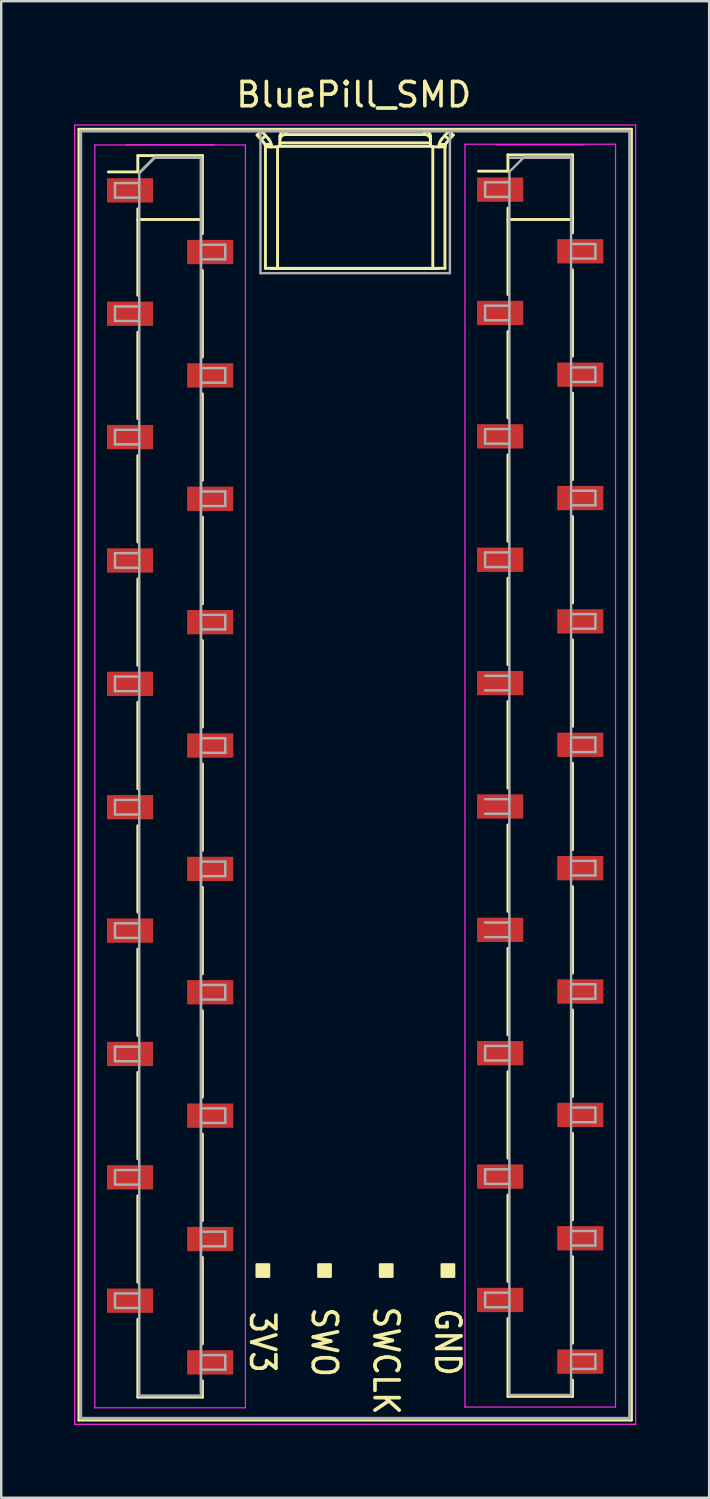
<source format=kicad_pcb>
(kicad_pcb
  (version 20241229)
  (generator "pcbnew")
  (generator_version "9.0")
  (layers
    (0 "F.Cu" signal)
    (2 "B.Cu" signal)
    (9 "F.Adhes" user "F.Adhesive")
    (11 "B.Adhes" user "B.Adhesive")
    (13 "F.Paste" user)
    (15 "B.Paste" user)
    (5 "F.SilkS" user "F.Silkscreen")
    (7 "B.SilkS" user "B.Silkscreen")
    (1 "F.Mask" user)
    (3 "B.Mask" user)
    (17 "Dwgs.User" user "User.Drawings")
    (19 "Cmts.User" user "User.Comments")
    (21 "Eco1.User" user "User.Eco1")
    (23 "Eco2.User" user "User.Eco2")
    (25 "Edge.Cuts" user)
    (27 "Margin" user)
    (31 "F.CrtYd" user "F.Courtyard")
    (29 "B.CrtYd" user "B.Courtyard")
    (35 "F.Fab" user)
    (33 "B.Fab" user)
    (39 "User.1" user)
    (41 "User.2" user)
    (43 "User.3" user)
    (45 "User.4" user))
  (footprint "BluePill_SMD"
    (layer "F.Cu")
    (at 11.515 27.518)
    (property "Reference" "BluePill_SMD" (at 0 -26.67 0) (unlocked yes) (layer "F.SilkS") (effects (font (size 1 1) (thickness 0.15))))
    (attr smd)
    (fp_line (start -11.315 -25.245) (end 11.435 -25.245) (stroke (width 0.12) (type solid)) (layer "F.SilkS"))
    (fp_line (start -11.315 27.905) (end -11.315 -25.245) (stroke (width 0.12) (type solid)) (layer "F.SilkS"))
    (fp_line (start -10.1 -23.49) (end -8.89 -23.49) (stroke (width 0.12) (type solid)) (layer "F.SilkS"))
    (fp_line (start -8.89 -24.16) (end -8.89 -23.49) (stroke (width 0.12) (type solid)) (layer "F.SilkS"))
    (fp_line (start -8.89 -24.16) (end -6.23 -24.16) (stroke (width 0.12) (type solid)) (layer "F.SilkS"))
    (fp_line (start -8.89 -21.97) (end -8.89 -18.41) (stroke (width 0.12) (type solid)) (layer "F.SilkS"))
    (fp_line (start -8.89 -21.53) (end -6.23 -21.53) (stroke (width 0.12) (type solid)) (layer "F.SilkS"))
    (fp_line (start -8.89 -16.89) (end -8.89 -13.33) (stroke (width 0.12) (type solid)) (layer "F.SilkS"))
    (fp_line (start -8.89 -11.81) (end -8.89 -8.25) (stroke (width 0.12) (type solid)) (layer "F.SilkS"))
    (fp_line (start -8.89 -6.73) (end -8.89 -3.17) (stroke (width 0.12) (type solid)) (layer "F.SilkS"))
    (fp_line (start -8.89 -1.65) (end -8.89 1.91) (stroke (width 0.12) (type solid)) (layer "F.SilkS"))
    (fp_line (start -8.89 3.43) (end -8.89 6.99) (stroke (width 0.12) (type solid)) (layer "F.SilkS"))
    (fp_line (start -8.89 8.51) (end -8.89 12.07) (stroke (width 0.12) (type solid)) (layer "F.SilkS"))
    (fp_line (start -8.89 13.59) (end -8.89 17.15) (stroke (width 0.12) (type solid)) (layer "F.SilkS"))
    (fp_line (start -8.89 18.67) (end -8.89 22.23) (stroke (width 0.12) (type solid)) (layer "F.SilkS"))
    (fp_line (start -8.89 23.75) (end -8.89 26.96) (stroke (width 0.12) (type solid)) (layer "F.SilkS"))
    (fp_line (start -8.89 26.96) (end -6.23 26.96) (stroke (width 0.12) (type solid)) (layer "F.SilkS"))
    (fp_line (start -6.23 -24.16) (end -6.23 -20.95) (stroke (width 0.12) (type solid)) (layer "F.SilkS"))
    (fp_line (start -6.23 -19.43) (end -6.23 -15.87) (stroke (width 0.12) (type solid)) (layer "F.SilkS"))
    (fp_line (start -6.23 -14.35) (end -6.23 -10.79) (stroke (width 0.12) (type solid)) (layer "F.SilkS"))
    (fp_line (start -6.23 -9.27) (end -6.23 -5.71) (stroke (width 0.12) (type solid)) (layer "F.SilkS"))
    (fp_line (start -6.23 -4.19) (end -6.23 -0.63) (stroke (width 0.12) (type solid)) (layer "F.SilkS"))
    (fp_line (start -6.23 0.89) (end -6.23 4.45) (stroke (width 0.12) (type solid)) (layer "F.SilkS"))
    (fp_line (start -6.23 5.97) (end -6.23 9.53) (stroke (width 0.12) (type solid)) (layer "F.SilkS"))
    (fp_line (start -6.23 11.05) (end -6.23 14.61) (stroke (width 0.12) (type solid)) (layer "F.SilkS"))
    (fp_line (start -6.23 16.13) (end -6.23 19.69) (stroke (width 0.12) (type solid)) (layer "F.SilkS"))
    (fp_line (start -6.23 21.21) (end -6.23 24.77) (stroke (width 0.12) (type solid)) (layer "F.SilkS"))
    (fp_line (start -6.23 26.29) (end -6.23 26.96) (stroke (width 0.12) (type solid)) (layer "F.SilkS"))
    (fp_line (start -3.977 -25.007) (end -3.699 -24.691) (stroke (width 0.12) (type solid)) (layer "F.SilkS"))
    (fp_line (start -3.812 -24.82) (end -3.627 -24.982) (stroke (width 0.12) (type solid)) (layer "F.SilkS"))
    (fp_line (start -3.793 -25.17) (end -3.977 -25.007) (stroke (width 0.12) (type solid)) (layer "F.SilkS"))
    (fp_line (start -3.636 -24.529) (end -3.631 -24.52) (stroke (width 0.12) (type solid)) (layer "F.SilkS"))
    (fp_line (start -3.636 -24.526) (end -3.636 -24.529) (stroke (width 0.12) (type solid)) (layer "F.SilkS"))
    (fp_line (start -3.636 -24.526) (end -3.636 -19.52) (stroke (width 0.12) (type solid)) (layer "F.SilkS"))
    (fp_line (start -3.631 -24.52) (end -3.63 -24.52) (stroke (width 0.12) (type solid)) (layer "F.SilkS"))
    (fp_line (start -3.63 -24.52) (end -3.14 -24.52) (stroke (width 0.12) (type solid)) (layer "F.SilkS"))
    (fp_line (start -3.515 -24.855) (end -3.793 -25.17) (stroke (width 0.12) (type solid)) (layer "F.SilkS"))
    (fp_line (start -3.399 -24.62) (end -3.655 -24.62) (stroke (width 0.12) (type solid)) (layer "F.SilkS"))
    (fp_line (start -3.39 -24.52) (end -3.39 -24.524) (stroke (width 0.12) (type solid)) (layer "F.SilkS"))
    (fp_line (start -3.14 -24.52) (end -3.136 -24.52) (stroke (width 0.12) (type solid)) (layer "F.SilkS"))
    (fp_line (start -3.136 -24.52) (end -3.136 -19.51) (stroke (width 0.12) (type solid)) (layer "F.SilkS"))
    (fp_line (start -3.04 -24.965) (end -3.04 -24.62) (stroke (width 0.12) (type solid)) (layer "F.SilkS"))
    (fp_line (start -3.04 -24.685) (end 3.16 -24.685) (stroke (width 0.12) (type solid)) (layer "F.SilkS"))
    (fp_line (start -2.79 -25.027) (end -2.79 -25.17) (stroke (width 0.12) (type solid)) (layer "F.SilkS"))
    (fp_line (start 2.91 -25.17) (end -2.79 -25.17) (stroke (width 0.12) (type solid)) (layer "F.SilkS"))
    (fp_line (start 2.91 -25.027) (end -2.79 -25.027) (stroke (width 0.12) (type solid)) (layer "F.SilkS"))
    (fp_line (start 2.91 -25.027) (end 2.91 -25.17) (stroke (width 0.12) (type solid)) (layer "F.SilkS"))
    (fp_line (start 3.16 -24.965) (end 3.16 -24.62) (stroke (width 0.12) (type solid)) (layer "F.SilkS"))
    (fp_line (start 3.198 -24.541) (end -3.078 -24.541) (stroke (width 0.12) (type solid)) (layer "F.SilkS"))
    (fp_line (start 3.256 -24.52) (end 3.256 -19.51) (stroke (width 0.12) (type solid)) (layer "F.SilkS"))
    (fp_line (start 3.26 -24.52) (end 3.256 -24.52) (stroke (width 0.12) (type solid)) (layer "F.SilkS"))
    (fp_line (start 3.51 -24.52) (end 3.51 -24.524) (stroke (width 0.12) (type solid)) (layer "F.SilkS"))
    (fp_line (start 3.51 -19.51) (end -3.39 -19.51) (stroke (width 0.12) (type solid)) (layer "F.SilkS"))
    (fp_line (start 3.519 -24.62) (end 3.775 -24.62) (stroke (width 0.12) (type solid)) (layer "F.SilkS"))
    (fp_line (start 3.635 -24.855) (end 3.913 -25.17) (stroke (width 0.12) (type solid)) (layer "F.SilkS"))
    (fp_line (start 3.75 -24.52) (end 3.26 -24.52) (stroke (width 0.12) (type solid)) (layer "F.SilkS"))
    (fp_line (start 3.751 -24.52) (end 3.75 -24.52) (stroke (width 0.12) (type solid)) (layer "F.SilkS"))
    (fp_line (start 3.756 -24.526) (end 3.756 -19.52) (stroke (width 0.12) (type solid)) (layer "F.SilkS"))
    (fp_line (start 3.756 -24.526) (end 3.756 -24.529) (stroke (width 0.12) (type solid)) (layer "F.SilkS"))
    (fp_line (start 3.756 -19.52) (end -3.636 -19.52) (stroke (width 0.12) (type solid)) (layer "F.SilkS"))
    (fp_line (start 3.756 -24.529) (end 3.751 -24.52) (stroke (width 0.12) (type solid)) (layer "F.SilkS"))
    (fp_line (start 3.913 -25.17) (end 4.097 -25.007) (stroke (width 0.12) (type solid)) (layer "F.SilkS"))
    (fp_line (start 3.932 -24.82) (end 3.747 -24.982) (stroke (width 0.12) (type solid)) (layer "F.SilkS"))
    (fp_line (start 4.097 -25.007) (end 3.819 -24.691) (stroke (width 0.12) (type solid)) (layer "F.SilkS"))
    (fp_line (start 5.14 -23.52) (end 6.35 -23.52) (stroke (width 0.12) (type solid)) (layer "F.SilkS"))
    (fp_line (start 6.35 -24.19) (end 6.35 -23.52) (stroke (width 0.12) (type solid)) (layer "F.SilkS"))
    (fp_line (start 6.35 -24.19) (end 9.01 -24.19) (stroke (width 0.12) (type solid)) (layer "F.SilkS"))
    (fp_line (start 6.35 -22) (end 6.35 -18.44) (stroke (width 0.12) (type solid)) (layer "F.SilkS"))
    (fp_line (start 6.35 -21.53) (end 8.984 -21.53) (stroke (width 0.12) (type solid)) (layer "F.SilkS"))
    (fp_line (start 6.35 -16.92) (end 6.35 -13.36) (stroke (width 0.12) (type solid)) (layer "F.SilkS"))
    (fp_line (start 6.35 -11.84) (end 6.35 -8.28) (stroke (width 0.12) (type solid)) (layer "F.SilkS"))
    (fp_line (start 6.35 -6.76) (end 6.35 -3.2) (stroke (width 0.12) (type solid)) (layer "F.SilkS"))
    (fp_line (start 6.35 -1.68) (end 6.35 1.88) (stroke (width 0.12) (type solid)) (layer "F.SilkS"))
    (fp_line (start 6.35 3.4) (end 6.35 6.96) (stroke (width 0.12) (type solid)) (layer "F.SilkS"))
    (fp_line (start 6.35 8.48) (end 6.35 12.04) (stroke (width 0.12) (type solid)) (layer "F.SilkS"))
    (fp_line (start 6.35 13.56) (end 6.35 17.12) (stroke (width 0.12) (type solid)) (layer "F.SilkS"))
    (fp_line (start 6.35 18.64) (end 6.35 22.2) (stroke (width 0.12) (type solid)) (layer "F.SilkS"))
    (fp_line (start 6.35 23.72) (end 6.35 26.93) (stroke (width 0.12) (type solid)) (layer "F.SilkS"))
    (fp_line (start 6.35 26.93) (end 9.01 26.93) (stroke (width 0.12) (type solid)) (layer "F.SilkS"))
    (fp_line (start 9.01 -24.19) (end 9.01 -20.98) (stroke (width 0.12) (type solid)) (layer "F.SilkS"))
    (fp_line (start 9.01 -19.46) (end 9.01 -15.9) (stroke (width 0.12) (type solid)) (layer "F.SilkS"))
    (fp_line (start 9.01 -14.38) (end 9.01 -10.82) (stroke (width 0.12) (type solid)) (layer "F.SilkS"))
    (fp_line (start 9.01 -9.3) (end 9.01 -5.74) (stroke (width 0.12) (type solid)) (layer "F.SilkS"))
    (fp_line (start 9.01 -4.22) (end 9.01 -0.66) (stroke (width 0.12) (type solid)) (layer "F.SilkS"))
    (fp_line (start 9.01 0.86) (end 9.01 4.42) (stroke (width 0.12) (type solid)) (layer "F.SilkS"))
    (fp_line (start 9.01 5.94) (end 9.01 9.5) (stroke (width 0.12) (type solid)) (layer "F.SilkS"))
    (fp_line (start 9.01 11.02) (end 9.01 14.58) (stroke (width 0.12) (type solid)) (layer "F.SilkS"))
    (fp_line (start 9.01 16.1) (end 9.01 19.66) (stroke (width 0.12) (type solid)) (layer "F.SilkS"))
    (fp_line (start 9.01 21.18) (end 9.01 24.74) (stroke (width 0.12) (type solid)) (layer "F.SilkS"))
    (fp_line (start 9.01 26.26) (end 9.01 26.93) (stroke (width 0.12) (type solid)) (layer "F.SilkS"))
    (fp_line (start 11.435 -25.245) (end 11.435 27.905) (stroke (width 0.12) (type solid)) (layer "F.SilkS"))
    (fp_line (start 11.435 27.905) (end -11.315 27.905) (stroke (width 0.12) (type solid)) (layer "F.SilkS"))
    (fp_arc (start -3.698834 -24.690847) (mid -3.653051 -24.615276) (end -3.636428 -24.5285) (stroke (width 0.12) (type solid)) (layer "F.SilkS"))
    (fp_arc (start -3.514858 -24.854759) (mid -3.422256 -24.700885) (end -3.390012 -24.524215) (stroke (width 0.12) (type solid)) (layer "F.SilkS"))
    (fp_arc (start -3.040001 -24.965212) (mid -2.95681 -25.118647) (end -2.79 -25.17) (stroke (width 0.12) (type solid)) (layer "F.SilkS"))
    (fp_arc (start -3.04 -24.821818) (mid -2.956806 -24.975246) (end -2.79 -25.026605) (stroke (width 0.12) (type solid)) (layer "F.SilkS"))
    (fp_arc (start -3.04 -24.619999) (mid -3.068032 -24.550569) (end -3.136411 -24.520064) (stroke (width 0.12) (type solid)) (layer "F.SilkS"))
    (fp_arc (start 2.91 -25.169999) (mid 3.07682 -25.11867) (end 3.159999 -24.965211) (stroke (width 0.12) (type solid)) (layer "F.SilkS"))
    (fp_arc (start 2.91 -25.026605) (mid 3.076822 -24.975277) (end 3.159999 -24.821817) (stroke (width 0.12) (type solid)) (layer "F.SilkS"))
    (fp_arc (start 3.25641 -24.520063) (mid 3.18803 -24.550569) (end 3.159999 -24.62) (stroke (width 0.12) (type solid)) (layer "F.SilkS"))
    (fp_arc (start 3.510011 -24.524215) (mid 3.542263 -24.700884) (end 3.634857 -24.854759) (stroke (width 0.12) (type solid)) (layer "F.SilkS"))
    (fp_arc (start 3.756427 -24.5285) (mid 3.773055 -24.615275) (end 3.818833 -24.690847) (stroke (width 0.12) (type solid)) (layer "F.SilkS"))
    (fp_poly (pts (xy -3.996 21.495) (xy -3.996 22.003) (xy -3.488 22.003) (xy -3.488 21.495)) (stroke (width 0.1) (type solid)) (fill yes) (layer "F.SilkS"))
    (fp_poly (pts (xy -1.456 21.495) (xy -1.456 22.003) (xy -0.948 22.003) (xy -0.948 21.495)) (stroke (width 0.1) (type solid)) (fill yes) (layer "F.SilkS"))
    (fp_poly (pts (xy 1.084 21.495) (xy 1.084 22.003) (xy 1.592 22.003) (xy 1.592 21.495)) (stroke (width 0.1) (type solid)) (fill yes) (layer "F.SilkS"))
    (fp_poly (pts (xy 3.624 21.495) (xy 3.624 22.003) (xy 4.132 22.003) (xy 4.132 21.495)) (stroke (width 0.1) (type solid)) (fill yes) (layer "F.SilkS"))
    (fp_line (start -11.49 -25.42) (end 11.61 -25.42) (stroke (width 0.05) (type solid)) (layer "F.CrtYd"))
    (fp_line (start -11.49 28.08) (end -11.49 -25.42) (stroke (width 0.05) (type solid)) (layer "F.CrtYd"))
    (fp_line (start -10.66 -24.6) (end -4.46 -24.6) (stroke (width 0.05) (type solid)) (layer "F.CrtYd"))
    (fp_line (start -10.66 27.4) (end -10.66 -24.6) (stroke (width 0.05) (type solid)) (layer "F.CrtYd"))
    (fp_line (start -5.76 -24.6) (end -9.36 -24.6) (stroke (width 0.05) (type solid)) (layer "F.CrtYd"))
    (fp_line (start -4.46 -24.6) (end -4.46 27.4) (stroke (width 0.05) (type solid)) (layer "F.CrtYd"))
    (fp_line (start -4.46 27.4) (end -10.66 27.4) (stroke (width 0.05) (type solid)) (layer "F.CrtYd"))
    (fp_line (start 4.58 -24.63) (end 10.78 -24.63) (stroke (width 0.05) (type solid)) (layer "F.CrtYd"))
    (fp_line (start 4.58 27.37) (end 4.58 -24.63) (stroke (width 0.05) (type solid)) (layer "F.CrtYd"))
    (fp_line (start 5.88 -24.6) (end 9.48 -24.6) (stroke (width 0.05) (type solid)) (layer "F.CrtYd"))
    (fp_line (start 10.78 -24.63) (end 10.78 27.37) (stroke (width 0.05) (type solid)) (layer "F.CrtYd"))
    (fp_line (start 10.78 27.37) (end 4.58 27.37) (stroke (width 0.05) (type solid)) (layer "F.CrtYd"))
    (fp_line (start 11.61 -25.42) (end 11.61 28.08) (stroke (width 0.05) (type solid)) (layer "F.CrtYd"))
    (fp_line (start 11.61 28.08) (end -11.49 28.08) (stroke (width 0.05) (type solid)) (layer "F.CrtYd"))
    (fp_line (start -11.24 -25.17) (end 11.36 -25.17) (stroke (width 0.12) (type solid)) (layer "F.Fab"))
    (fp_line (start -11.24 27.83) (end -11.24 -25.12) (stroke (width 0.12) (type solid)) (layer "F.Fab"))
    (fp_line (start -11.24 27.83) (end 11.36 27.83) (stroke (width 0.12) (type solid)) (layer "F.Fab"))
    (fp_line (start -9.83 -23.03) (end -8.83 -23.03) (stroke (width 0.1) (type solid)) (layer "F.Fab"))
    (fp_line (start -9.83 -22.43) (end -9.83 -23.03) (stroke (width 0.1) (type solid)) (layer "F.Fab"))
    (fp_line (start -9.83 -17.95) (end -8.83 -17.95) (stroke (width 0.1) (type solid)) (layer "F.Fab"))
    (fp_line (start -9.83 -17.35) (end -9.83 -17.95) (stroke (width 0.1) (type solid)) (layer "F.Fab"))
    (fp_line (start -9.83 -12.87) (end -8.83 -12.87) (stroke (width 0.1) (type solid)) (layer "F.Fab"))
    (fp_line (start -9.83 -12.27) (end -9.83 -12.87) (stroke (width 0.1) (type solid)) (layer "F.Fab"))
    (fp_line (start -9.83 -7.79) (end -8.83 -7.79) (stroke (width 0.1) (type solid)) (layer "F.Fab"))
    (fp_line (start -9.83 -7.19) (end -9.83 -7.79) (stroke (width 0.1) (type solid)) (layer "F.Fab"))
    (fp_line (start -9.83 -2.71) (end -8.83 -2.71) (stroke (width 0.1) (type solid)) (layer "F.Fab"))
    (fp_line (start -9.83 -2.11) (end -9.83 -2.71) (stroke (width 0.1) (type solid)) (layer "F.Fab"))
    (fp_line (start -9.83 2.37) (end -8.83 2.37) (stroke (width 0.1) (type solid)) (layer "F.Fab"))
    (fp_line (start -9.83 2.97) (end -9.83 2.37) (stroke (width 0.1) (type solid)) (layer "F.Fab"))
    (fp_line (start -9.83 7.45) (end -8.83 7.45) (stroke (width 0.1) (type solid)) (layer "F.Fab"))
    (fp_line (start -9.83 8.05) (end -9.83 7.45) (stroke (width 0.1) (type solid)) (layer "F.Fab"))
    (fp_line (start -9.83 12.53) (end -8.83 12.53) (stroke (width 0.1) (type solid)) (layer "F.Fab"))
    (fp_line (start -9.83 13.13) (end -9.83 12.53) (stroke (width 0.1) (type solid)) (layer "F.Fab"))
    (fp_line (start -9.83 17.61) (end -8.83 17.61) (stroke (width 0.1) (type solid)) (layer "F.Fab"))
    (fp_line (start -9.83 18.21) (end -9.83 17.61) (stroke (width 0.1) (type solid)) (layer "F.Fab"))
    (fp_line (start -9.83 22.69) (end -8.83 22.69) (stroke (width 0.1) (type solid)) (layer "F.Fab"))
    (fp_line (start -9.83 23.29) (end -9.83 22.69) (stroke (width 0.1) (type solid)) (layer "F.Fab"))
    (fp_line (start -8.83 -23.465) (end -8.195 -24.1) (stroke (width 0.1) (type solid)) (layer "F.Fab"))
    (fp_line (start -8.83 -23.435) (end -8.195 -24.07) (stroke (width 0.1) (type solid)) (layer "F.Fab"))
    (fp_line (start -8.83 -22.43) (end -9.83 -22.43) (stroke (width 0.1) (type solid)) (layer "F.Fab"))
    (fp_line (start -8.83 -17.35) (end -9.83 -17.35) (stroke (width 0.1) (type solid)) (layer "F.Fab"))
    (fp_line (start -8.83 -12.27) (end -9.83 -12.27) (stroke (width 0.1) (type solid)) (layer "F.Fab"))
    (fp_line (start -8.83 -7.19) (end -9.83 -7.19) (stroke (width 0.1) (type solid)) (layer "F.Fab"))
    (fp_line (start -8.83 -2.11) (end -9.83 -2.11) (stroke (width 0.1) (type solid)) (layer "F.Fab"))
    (fp_line (start -8.83 2.97) (end -9.83 2.97) (stroke (width 0.1) (type solid)) (layer "F.Fab"))
    (fp_line (start -8.83 8.05) (end -9.83 8.05) (stroke (width 0.1) (type solid)) (layer "F.Fab"))
    (fp_line (start -8.83 13.13) (end -9.83 13.13) (stroke (width 0.1) (type solid)) (layer "F.Fab"))
    (fp_line (start -8.83 18.21) (end -9.83 18.21) (stroke (width 0.1) (type solid)) (layer "F.Fab"))
    (fp_line (start -8.83 23.29) (end -9.83 23.29) (stroke (width 0.1) (type solid)) (layer "F.Fab"))
    (fp_line (start -8.83 26.9) (end -8.83 -23.465) (stroke (width 0.1) (type solid)) (layer "F.Fab"))
    (fp_line (start -8.195 -24.1) (end -6.29 -24.1) (stroke (width 0.1) (type solid)) (layer "F.Fab"))
    (fp_line (start -8.195 -24.07) (end -6.29 -24.07) (stroke (width 0.1) (type solid)) (layer "F.Fab"))
    (fp_line (start -6.29 -24.1) (end -6.29 26.9) (stroke (width 0.1) (type solid)) (layer "F.Fab"))
    (fp_line (start -6.29 -24.07) (end -6.29 26.73) (stroke (width 0.1) (type solid)) (layer "F.Fab"))
    (fp_line (start -6.29 -20.49) (end -5.29 -20.49) (stroke (width 0.1) (type solid)) (layer "F.Fab"))
    (fp_line (start -6.29 -15.41) (end -5.29 -15.41) (stroke (width 0.1) (type solid)) (layer "F.Fab"))
    (fp_line (start -6.29 -10.33) (end -5.29 -10.33) (stroke (width 0.1) (type solid)) (layer "F.Fab"))
    (fp_line (start -6.29 -5.25) (end -5.29 -5.25) (stroke (width 0.1) (type solid)) (layer "F.Fab"))
    (fp_line (start -6.29 -0.17) (end -5.29 -0.17) (stroke (width 0.1) (type solid)) (layer "F.Fab"))
    (fp_line (start -6.29 4.91) (end -5.29 4.91) (stroke (width 0.1) (type solid)) (layer "F.Fab"))
    (fp_line (start -6.29 9.99) (end -5.29 9.99) (stroke (width 0.1) (type solid)) (layer "F.Fab"))
    (fp_line (start -6.29 15.07) (end -5.29 15.07) (stroke (width 0.1) (type solid)) (layer "F.Fab"))
    (fp_line (start -6.29 20.15) (end -5.29 20.15) (stroke (width 0.1) (type solid)) (layer "F.Fab"))
    (fp_line (start -6.29 25.23) (end -5.29 25.23) (stroke (width 0.1) (type solid)) (layer "F.Fab"))
    (fp_line (start -6.29 26.9) (end -8.83 26.9) (stroke (width 0.1) (type solid)) (layer "F.Fab"))
    (fp_line (start -5.29 -20.49) (end -5.29 -19.89) (stroke (width 0.1) (type solid)) (layer "F.Fab"))
    (fp_line (start -5.29 -19.89) (end -6.29 -19.89) (stroke (width 0.1) (type solid)) (layer "F.Fab"))
    (fp_line (start -5.29 -15.41) (end -5.29 -14.81) (stroke (width 0.1) (type solid)) (layer "F.Fab"))
    (fp_line (start -5.29 -14.81) (end -6.29 -14.81) (stroke (width 0.1) (type solid)) (layer "F.Fab"))
    (fp_line (start -5.29 -10.33) (end -5.29 -9.73) (stroke (width 0.1) (type solid)) (layer "F.Fab"))
    (fp_line (start -5.29 -9.73) (end -6.29 -9.73) (stroke (width 0.1) (type solid)) (layer "F.Fab"))
    (fp_line (start -5.29 -5.25) (end -5.29 -4.65) (stroke (width 0.1) (type solid)) (layer "F.Fab"))
    (fp_line (start -5.29 -4.65) (end -6.29 -4.65) (stroke (width 0.1) (type solid)) (layer "F.Fab"))
    (fp_line (start -5.29 -0.17) (end -5.29 0.43) (stroke (width 0.1) (type solid)) (layer "F.Fab"))
    (fp_line (start -5.29 0.43) (end -6.29 0.43) (stroke (width 0.1) (type solid)) (layer "F.Fab"))
    (fp_line (start -5.29 4.91) (end -5.29 5.51) (stroke (width 0.1) (type solid)) (layer "F.Fab"))
    (fp_line (start -5.29 5.51) (end -6.29 5.51) (stroke (width 0.1) (type solid)) (layer "F.Fab"))
    (fp_line (start -5.29 9.99) (end -5.29 10.59) (stroke (width 0.1) (type solid)) (layer "F.Fab"))
    (fp_line (start -5.29 10.59) (end -6.29 10.59) (stroke (width 0.1) (type solid)) (layer "F.Fab"))
    (fp_line (start -5.29 15.07) (end -5.29 15.67) (stroke (width 0.1) (type solid)) (layer "F.Fab"))
    (fp_line (start -5.29 15.67) (end -6.29 15.67) (stroke (width 0.1) (type solid)) (layer "F.Fab"))
    (fp_line (start -5.29 20.15) (end -5.29 20.75) (stroke (width 0.1) (type solid)) (layer "F.Fab"))
    (fp_line (start -5.29 20.75) (end -6.29 20.75) (stroke (width 0.1) (type solid)) (layer "F.Fab"))
    (fp_line (start -5.29 25.23) (end -5.29 25.83) (stroke (width 0.1) (type solid)) (layer "F.Fab"))
    (fp_line (start -5.29 25.83) (end -6.29 25.83) (stroke (width 0.1) (type solid)) (layer "F.Fab"))
    (fp_line (start -3.84 -19.32) (end -3.84 -25.12) (stroke (width 0.1) (type solid)) (layer "F.Fab"))
    (fp_line (start -3.84 -19.32) (end 3.96 -19.32) (stroke (width 0.1) (type solid)) (layer "F.Fab"))
    (fp_line (start 3.96 -19.32) (end 3.96 -25.12) (stroke (width 0.1) (type solid)) (layer "F.Fab"))
    (fp_line (start 5.41 -23.06) (end 6.41 -23.06) (stroke (width 0.1) (type solid)) (layer "F.Fab"))
    (fp_line (start 5.41 -22.46) (end 5.41 -23.06) (stroke (width 0.1) (type solid)) (layer "F.Fab"))
    (fp_line (start 5.41 -17.98) (end 6.41 -17.98) (stroke (width 0.1) (type solid)) (layer "F.Fab"))
    (fp_line (start 5.41 -17.38) (end 5.41 -17.98) (stroke (width 0.1) (type solid)) (layer "F.Fab"))
    (fp_line (start 5.41 -12.9) (end 6.41 -12.9) (stroke (width 0.1) (type solid)) (layer "F.Fab"))
    (fp_line (start 5.41 -12.3) (end 5.41 -12.9) (stroke (width 0.1) (type solid)) (layer "F.Fab"))
    (fp_line (start 5.41 -7.82) (end 6.41 -7.82) (stroke (width 0.1) (type solid)) (layer "F.Fab"))
    (fp_line (start 5.41 -7.22) (end 5.41 -7.82) (stroke (width 0.1) (type solid)) (layer "F.Fab"))
    (fp_line (start 5.41 -2.74) (end 6.41 -2.74) (stroke (width 0.1) (type solid)) (layer "F.Fab"))
    (fp_line (start 5.41 2.34) (end 6.41 2.34) (stroke (width 0.1) (type solid)) (layer "F.Fab"))
    (fp_line (start 5.41 7.42) (end 6.41 7.42) (stroke (width 0.1) (type solid)) (layer "F.Fab"))
    (fp_line (start 5.41 12.5) (end 6.41 12.5) (stroke (width 0.1) (type solid)) (layer "F.Fab"))
    (fp_line (start 5.41 13.1) (end 5.41 12.5) (stroke (width 0.1) (type solid)) (layer "F.Fab"))
    (fp_line (start 5.41 17.58) (end 6.41 17.58) (stroke (width 0.1) (type solid)) (layer "F.Fab"))
    (fp_line (start 5.41 18.18) (end 5.41 17.58) (stroke (width 0.1) (type solid)) (layer "F.Fab"))
    (fp_line (start 5.41 22.66) (end 6.41 22.66) (stroke (width 0.1) (type solid)) (layer "F.Fab"))
    (fp_line (start 5.41 23.26) (end 5.41 22.66) (stroke (width 0.1) (type solid)) (layer "F.Fab"))
    (fp_line (start 6.41 -24.07) (end 8.95 -24.07) (stroke (width 0.1) (type solid)) (layer "F.Fab"))
    (fp_line (start 6.41 -23.495) (end 7.045 -24.13) (stroke (width 0.1) (type solid)) (layer "F.Fab"))
    (fp_line (start 6.41 -22.46) (end 5.41 -22.46) (stroke (width 0.1) (type solid)) (layer "F.Fab"))
    (fp_line (start 6.41 -17.38) (end 5.41 -17.38) (stroke (width 0.1) (type solid)) (layer "F.Fab"))
    (fp_line (start 6.41 -12.3) (end 5.41 -12.3) (stroke (width 0.1) (type solid)) (layer "F.Fab"))
    (fp_line (start 6.41 -7.22) (end 5.41 -7.22) (stroke (width 0.1) (type solid)) (layer "F.Fab"))
    (fp_line (start 6.41 -2.14) (end 5.41 -2.14) (stroke (width 0.1) (type solid)) (layer "F.Fab"))
    (fp_line (start 6.41 2.94) (end 5.41 2.94) (stroke (width 0.1) (type solid)) (layer "F.Fab"))
    (fp_line (start 6.41 8.02) (end 5.41 8.02) (stroke (width 0.1) (type solid)) (layer "F.Fab"))
    (fp_line (start 6.41 13.1) (end 5.41 13.1) (stroke (width 0.1) (type solid)) (layer "F.Fab"))
    (fp_line (start 6.41 18.18) (end 5.41 18.18) (stroke (width 0.1) (type solid)) (layer "F.Fab"))
    (fp_line (start 6.41 23.26) (end 5.41 23.26) (stroke (width 0.1) (type solid)) (layer "F.Fab"))
    (fp_line (start 6.41 26.87) (end 6.41 -23.495) (stroke (width 0.1) (type solid)) (layer "F.Fab"))
    (fp_line (start 7.045 -24.13) (end 8.95 -24.13) (stroke (width 0.1) (type solid)) (layer "F.Fab"))
    (fp_line (start 8.95 -24.13) (end 8.95 26.87) (stroke (width 0.1) (type solid)) (layer "F.Fab"))
    (fp_line (start 8.95 -20.52) (end 9.95 -20.52) (stroke (width 0.1) (type solid)) (layer "F.Fab"))
    (fp_line (start 8.95 -15.44) (end 9.95 -15.44) (stroke (width 0.1) (type solid)) (layer "F.Fab"))
    (fp_line (start 8.95 -10.36) (end 9.95 -10.36) (stroke (width 0.1) (type solid)) (layer "F.Fab"))
    (fp_line (start 8.95 -5.28) (end 9.95 -5.28) (stroke (width 0.1) (type solid)) (layer "F.Fab"))
    (fp_line (start 8.95 -0.2) (end 9.95 -0.2) (stroke (width 0.1) (type solid)) (layer "F.Fab"))
    (fp_line (start 8.95 4.88) (end 9.95 4.88) (stroke (width 0.1) (type solid)) (layer "F.Fab"))
    (fp_line (start 8.95 9.96) (end 9.95 9.96) (stroke (width 0.1) (type solid)) (layer "F.Fab"))
    (fp_line (start 8.95 15.04) (end 9.95 15.04) (stroke (width 0.1) (type solid)) (layer "F.Fab"))
    (fp_line (start 8.95 20.12) (end 9.95 20.12) (stroke (width 0.1) (type solid)) (layer "F.Fab"))
    (fp_line (start 8.95 25.2) (end 9.95 25.2) (stroke (width 0.1) (type solid)) (layer "F.Fab"))
    (fp_line (start 8.95 26.87) (end 6.41 26.87) (stroke (width 0.1) (type solid)) (layer "F.Fab"))
    (fp_line (start 9.95 -20.52) (end 9.95 -19.92) (stroke (width 0.1) (type solid)) (layer "F.Fab"))
    (fp_line (start 9.95 -19.92) (end 8.95 -19.92) (stroke (width 0.1) (type solid)) (layer "F.Fab"))
    (fp_line (start 9.95 -15.44) (end 9.95 -14.84) (stroke (width 0.1) (type solid)) (layer "F.Fab"))
    (fp_line (start 9.95 -14.84) (end 8.95 -14.84) (stroke (width 0.1) (type solid)) (layer "F.Fab"))
    (fp_line (start 9.95 -10.36) (end 9.95 -9.76) (stroke (width 0.1) (type solid)) (layer "F.Fab"))
    (fp_line (start 9.95 -9.76) (end 8.95 -9.76) (stroke (width 0.1) (type solid)) (layer "F.Fab"))
    (fp_line (start 9.95 -5.28) (end 9.95 -4.68) (stroke (width 0.1) (type solid)) (layer "F.Fab"))
    (fp_line (start 9.95 -4.68) (end 8.95 -4.68) (stroke (width 0.1) (type solid)) (layer "F.Fab"))
    (fp_line (start 9.95 -0.2) (end 9.95 0.4) (stroke (width 0.1) (type solid)) (layer "F.Fab"))
    (fp_line (start 9.95 0.4) (end 8.95 0.4) (stroke (width 0.1) (type solid)) (layer "F.Fab"))
    (fp_line (start 9.95 4.88) (end 9.95 5.48) (stroke (width 0.1) (type solid)) (layer "F.Fab"))
    (fp_line (start 9.95 5.48) (end 8.95 5.48) (stroke (width 0.1) (type solid)) (layer "F.Fab"))
    (fp_line (start 9.95 9.96) (end 9.95 10.56) (stroke (width 0.1) (type solid)) (layer "F.Fab"))
    (fp_line (start 9.95 10.56) (end 8.95 10.56) (stroke (width 0.1) (type solid)) (layer "F.Fab"))
    (fp_line (start 9.95 15.04) (end 9.95 15.64) (stroke (width 0.1) (type solid)) (layer "F.Fab"))
    (fp_line (start 9.95 15.64) (end 8.95 15.64) (stroke (width 0.1) (type solid)) (layer "F.Fab"))
    (fp_line (start 9.95 20.12) (end 9.95 20.72) (stroke (width 0.1) (type solid)) (layer "F.Fab"))
    (fp_line (start 9.95 20.72) (end 8.95 20.72) (stroke (width 0.1) (type solid)) (layer "F.Fab"))
    (fp_line (start 9.95 25.2) (end 9.95 25.8) (stroke (width 0.1) (type solid)) (layer "F.Fab"))
    (fp_line (start 9.95 25.8) (end 8.95 25.8) (stroke (width 0.1) (type solid)) (layer "F.Fab"))
    (fp_line (start 11.36 -25.17) (end 11.36 27.83) (stroke (width 0.12) (type solid)) (layer "F.Fab"))
    (fp_text user "SWO" (at -1.21 24.698 270) (unlocked yes) (layer "F.SilkS") (effects (font (size 1 0.9) (thickness 0.15))))
    (fp_text user "SWCLK" (at 1.33 25.46 270) (unlocked yes) (layer "F.SilkS") (effects (font (size 1 0.9) (thickness 0.15))))
    (fp_text user "GND" (at 3.87 24.698 270) (unlocked yes) (layer "F.SilkS") (effects (font (size 1 0.9) (thickness 0.15))))
    (fp_text user "3V3" (at -3.75 24.698 270) (unlocked yes) (layer "F.SilkS") (effects (font (size 1 0.9) (thickness 0.15))))
    (pad "1" smd rect (at -9.21 -22.73) (size 1.9 1) (layers "F.Cu" "F.Mask" "F.Paste"))
    (pad "2" smd rect (at -5.91 -20.19) (size 1.9 1) (layers "F.Cu" "F.Mask" "F.Paste"))
    (pad "3" smd rect (at -9.21 -17.65) (size 1.9 1) (layers "F.Cu" "F.Mask" "F.Paste"))
    (pad "4" smd rect (at -5.91 -15.11) (size 1.9 1) (layers "F.Cu" "F.Mask" "F.Paste"))
    (pad "5" smd rect (at -9.21 -12.57) (size 1.9 1) (layers "F.Cu" "F.Mask" "F.Paste"))
    (pad "6" smd rect (at -5.91 -10.03) (size 1.9 1) (layers "F.Cu" "F.Mask" "F.Paste"))
    (pad "7" smd rect (at -9.21 -7.49) (size 1.9 1) (layers "F.Cu" "F.Mask" "F.Paste"))
    (pad "8" smd rect (at -5.91 -4.95) (size 1.9 1) (layers "F.Cu" "F.Mask" "F.Paste"))
    (pad "9" smd rect (at -9.21 -2.41) (size 1.9 1) (layers "F.Cu" "F.Mask" "F.Paste"))
    (pad "10" smd rect (at -5.91 0.13) (size 1.9 1) (layers "F.Cu" "F.Mask" "F.Paste"))
    (pad "11" smd rect (at -9.21 2.67) (size 1.9 1) (layers "F.Cu" "F.Mask" "F.Paste"))
    (pad "12" smd rect (at -5.91 5.21) (size 1.9 1) (layers "F.Cu" "F.Mask" "F.Paste"))
    (pad "13" smd rect (at -9.21 7.75) (size 1.9 1) (layers "F.Cu" "F.Mask" "F.Paste"))
    (pad "14" smd rect (at -5.91 10.29) (size 1.9 1) (layers "F.Cu" "F.Mask" "F.Paste"))
    (pad "15" smd rect (at -9.21 12.83) (size 1.9 1) (layers "F.Cu" "F.Mask" "F.Paste"))
    (pad "16" smd rect (at -5.91 15.37) (size 1.9 1) (layers "F.Cu" "F.Mask" "F.Paste"))
    (pad "17" smd rect (at -9.21 17.91) (size 1.9 1) (layers "F.Cu" "F.Mask" "F.Paste"))
    (pad "18" smd rect (at -5.91 20.45) (size 1.9 1) (layers "F.Cu" "F.Mask" "F.Paste"))
    (pad "19" smd rect (at -9.21 22.99) (size 1.9 1) (layers "F.Cu" "F.Mask" "F.Paste"))
    (pad "20" smd rect (at -5.91 25.53) (size 1.9 1) (layers "F.Cu" "F.Mask" "F.Paste"))
    (pad "21" smd rect (at 9.33 25.5) (size 1.9 1) (layers "F.Cu" "F.Mask" "F.Paste"))
    (pad "22" smd rect (at 6.03 22.96) (size 1.9 1) (layers "F.Cu" "F.Mask" "F.Paste"))
    (pad "23" smd rect (at 9.33 20.42) (size 1.9 1) (layers "F.Cu" "F.Mask" "F.Paste"))
    (pad "24" smd rect (at 6.03 17.88) (size 1.9 1) (layers "F.Cu" "F.Mask" "F.Paste"))
    (pad "25" smd rect (at 9.33 15.34) (size 1.9 1) (layers "F.Cu" "F.Mask" "F.Paste"))
    (pad "26" smd rect (at 6.03 12.8) (size 1.9 1) (layers "F.Cu" "F.Mask" "F.Paste"))
    (pad "27" smd rect (at 9.33 10.26) (size 1.9 1) (layers "F.Cu" "F.Mask" "F.Paste"))
    (pad "28" smd rect (at 6.03 7.72) (size 1.9 1) (layers "F.Cu" "F.Mask" "F.Paste"))
    (pad "29" smd rect (at 9.33 5.18) (size 1.9 1) (layers "F.Cu" "F.Mask" "F.Paste"))
    (pad "30" smd rect (at 6.03 2.64) (size 1.9 1) (layers "F.Cu" "F.Mask" "F.Paste"))
    (pad "31" smd rect (at 9.33 0.1) (size 1.9 1) (layers "F.Cu" "F.Mask" "F.Paste"))
    (pad "32" smd rect (at 6.03 -2.44) (size 1.9 1) (layers "F.Cu" "F.Mask" "F.Paste"))
    (pad "33" smd rect (at 9.33 -4.98) (size 1.9 1) (layers "F.Cu" "F.Mask" "F.Paste"))
    (pad "34" smd rect (at 6.03 -7.52) (size 1.9 1) (layers "F.Cu" "F.Mask" "F.Paste"))
    (pad "35" smd rect (at 9.33 -10.06) (size 1.9 1) (layers "F.Cu" "F.Mask" "F.Paste"))
    (pad "36" smd rect (at 6.03 -12.6) (size 1.9 1) (layers "F.Cu" "F.Mask" "F.Paste"))
    (pad "37" smd rect (at 9.33 -15.14) (size 1.9 1) (layers "F.Cu" "F.Mask" "F.Paste"))
    (pad "38" smd rect (at 6.03 -17.68) (size 1.9 1) (layers "F.Cu" "F.Mask" "F.Paste"))
    (pad "39" smd rect (at 9.33 -20.22) (size 1.9 1) (layers "F.Cu" "F.Mask" "F.Paste"))
    (pad "40" smd rect (at 6.03 -22.76) (size 1.9 1) (layers "F.Cu" "F.Mask" "F.Paste")))
  (gr_rect
    (start -3 -3)
    (end 26.15 58.623)
    (stroke (width 0.1) (type default))
    (fill no)
    (layer "Edge.Cuts")))
</source>
